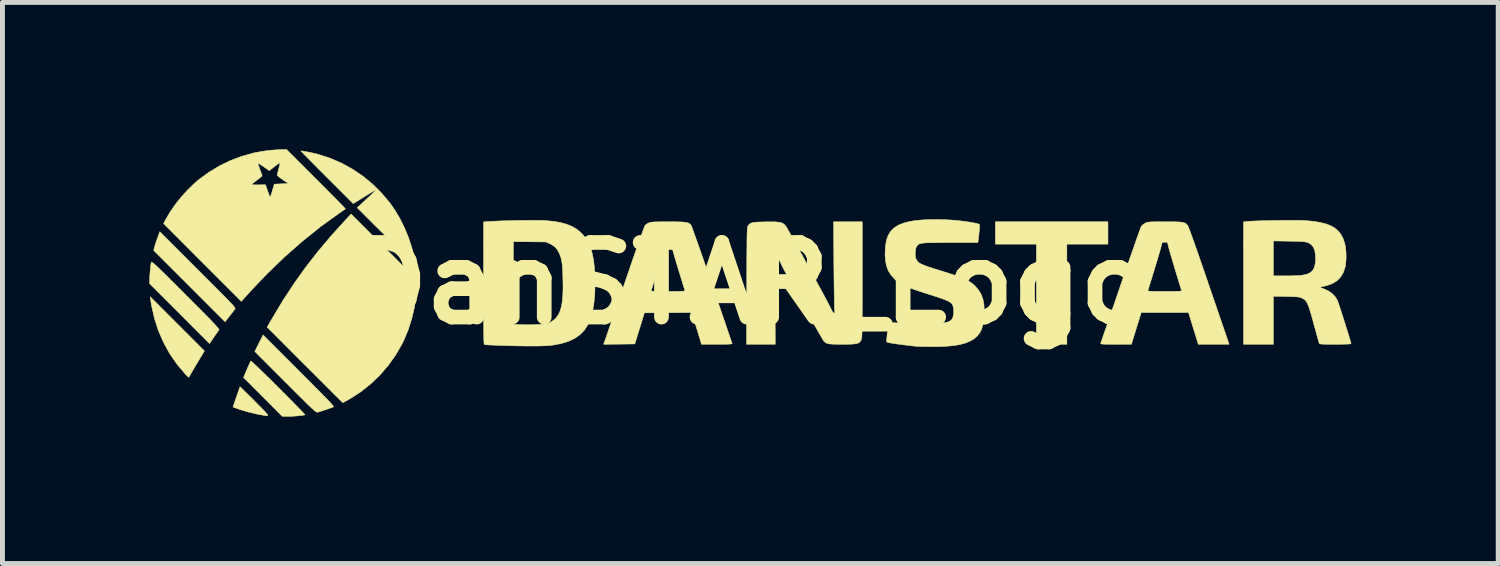
<source format=kicad_pcb>
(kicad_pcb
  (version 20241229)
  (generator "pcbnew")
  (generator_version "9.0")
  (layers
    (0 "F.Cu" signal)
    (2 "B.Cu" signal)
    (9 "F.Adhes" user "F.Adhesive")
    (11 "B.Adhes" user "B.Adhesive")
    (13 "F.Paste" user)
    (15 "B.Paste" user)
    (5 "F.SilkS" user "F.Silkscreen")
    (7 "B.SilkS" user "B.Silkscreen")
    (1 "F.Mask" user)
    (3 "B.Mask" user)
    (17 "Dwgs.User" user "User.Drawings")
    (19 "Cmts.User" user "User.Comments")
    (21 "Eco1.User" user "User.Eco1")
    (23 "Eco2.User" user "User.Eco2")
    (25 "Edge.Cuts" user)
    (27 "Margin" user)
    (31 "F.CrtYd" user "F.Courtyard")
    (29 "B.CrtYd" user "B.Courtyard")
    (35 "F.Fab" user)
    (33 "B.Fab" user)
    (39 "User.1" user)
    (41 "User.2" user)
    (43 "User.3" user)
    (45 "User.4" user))
  (footprint "DanSTAR_Logo"
    (layer "F.Cu")
    (at 12.273 2.736)
    (property "Reference" "DanSTAR_Logo" (at 0 0 0) (layer "F.SilkS") (effects (font (size 1.524 1.524) (thickness 0.3))))
    (attr exclude_from_pos_files exclude_from_bom)
    (fp_poly (pts (xy 7.303 -0.8) (xy 6.464 -0.8) (xy 6.464 1.245) (xy 5.842 1.245) (xy 5.842 -0.8) (xy 5.004 -0.8) (xy 5.004 -1.257) (xy 7.303 -1.257) (xy 7.303 -0.8)) (stroke (width 0.01) (type solid)) (fill yes) (layer "F.SilkS"))
    (fp_poly (pts (xy -11.702 0.827) (xy -11.148 1.381) (xy -11.281 1.602) (xy -11.324 1.673) (xy -11.363 1.739) (xy -11.396 1.796) (xy -11.422 1.841) (xy -11.437 1.869) (xy -11.438 1.871) (xy -11.454 1.9) (xy -11.466 1.916) (xy -11.469 1.918) (xy -11.481 1.909) (xy -11.506 1.886) (xy -11.538 1.853) (xy -11.548 1.842) (xy -11.715 1.643) (xy -11.861 1.431) (xy -11.985 1.204) (xy -12.089 0.965) (xy -12.17 0.714) (xy -12.229 0.451) (xy -12.248 0.33) (xy -12.256 0.273) (xy -11.702 0.827)) (stroke (width 0.01) (type solid)) (fill yes) (layer "F.SilkS"))
    (fp_poly (pts (xy -11.282 -0.277) (xy -11.146 -0.141) (xy -11.027 -0.022) (xy -10.924 0.081) (xy -10.835 0.17) (xy -10.76 0.246) (xy -10.698 0.309) (xy -10.647 0.362) (xy -10.606 0.405) (xy -10.575 0.438) (xy -10.552 0.465) (xy -10.536 0.485) (xy -10.527 0.499) (xy -10.522 0.51) (xy -10.521 0.517) (xy -10.523 0.523) (xy -10.526 0.528) (xy -10.542 0.549) (xy -10.57 0.585) (xy -10.605 0.63) (xy -10.637 0.671) (xy -10.727 0.785) (xy -12.184 -0.672) (xy -12.168 -0.739) (xy -12.156 -0.781) (xy -12.138 -0.837) (xy -12.117 -0.899) (xy -12.105 -0.931) (xy -12.06 -1.055) (xy -11.282 -0.277)) (stroke (width 0.01) (type solid)) (fill yes) (layer "F.SilkS"))
    (fp_poly (pts (xy -10.412 2.12) (xy -10.387 2.144) (xy -10.349 2.182) (xy -10.298 2.231) (xy -10.238 2.29) (xy -10.171 2.357) (xy -10.121 2.407) (xy -10.039 2.49) (xy -9.973 2.556) (xy -9.923 2.608) (xy -9.887 2.646) (xy -9.865 2.674) (xy -9.855 2.691) (xy -9.857 2.701) (xy -9.869 2.704) (xy -9.89 2.703) (xy -9.919 2.699) (xy -9.931 2.697) (xy -10.096 2.666) (xy -10.26 2.626) (xy -10.413 2.581) (xy -10.495 2.552) (xy -10.565 2.526) (xy -10.495 2.32) (xy -10.471 2.253) (xy -10.451 2.194) (xy -10.435 2.149) (xy -10.425 2.12) (xy -10.422 2.112) (xy -10.412 2.12)) (stroke (width 0.01) (type solid)) (fill yes) (layer "F.SilkS"))
    (fp_poly (pts (xy -10.191 1.593) (xy -10.164 1.616) (xy -10.122 1.655) (xy -10.068 1.706) (xy -10.001 1.77) (xy -9.925 1.845) (xy -9.839 1.928) (xy -9.747 2.019) (xy -9.65 2.116) (xy -9.64 2.127) (xy -9.542 2.225) (xy -9.45 2.317) (xy -9.365 2.403) (xy -9.289 2.48) (xy -9.224 2.547) (xy -9.17 2.602) (xy -9.129 2.645) (xy -9.103 2.673) (xy -9.094 2.684) (xy -9.094 2.684) (xy -9.111 2.69) (xy -9.147 2.696) (xy -9.198 2.702) (xy -9.258 2.708) (xy -9.322 2.713) (xy -9.383 2.716) (xy -9.436 2.718) (xy -9.443 2.718) (xy -9.557 2.718) (xy -10.349 1.924) (xy -10.281 1.76) (xy -10.255 1.7) (xy -10.232 1.648) (xy -10.214 1.609) (xy -10.203 1.588) (xy -10.201 1.586) (xy -10.191 1.593)) (stroke (width 0.01) (type solid)) (fill yes) (layer "F.SilkS"))
    (fp_poly (pts (xy -9.222 1.783) (xy -9.089 1.916) (xy -8.973 2.032) (xy -8.874 2.132) (xy -8.789 2.218) (xy -8.717 2.29) (xy -8.659 2.35) (xy -8.612 2.399) (xy -8.576 2.438) (xy -8.549 2.468) (xy -8.53 2.491) (xy -8.519 2.507) (xy -8.514 2.517) (xy -8.515 2.523) (xy -8.517 2.525) (xy -8.539 2.534) (xy -8.578 2.548) (xy -8.63 2.566) (xy -8.687 2.586) (xy -8.744 2.604) (xy -8.794 2.62) (xy -8.831 2.631) (xy -8.84 2.633) (xy -8.847 2.633) (xy -8.858 2.63) (xy -8.872 2.621) (xy -8.891 2.607) (xy -8.917 2.585) (xy -8.95 2.555) (xy -8.993 2.515) (xy -9.046 2.464) (xy -9.11 2.4) (xy -9.187 2.324) (xy -9.279 2.233) (xy -9.386 2.126) (xy -9.496 2.016) (xy -10.12 1.391) (xy -10.035 1.222) (xy -9.95 1.054) (xy -9.222 1.783)) (stroke (width 0.01) (type solid)) (fill yes) (layer "F.SilkS"))
    (fp_poly (pts (xy -6.82 -0.083) (xy -6.82 0.066) (xy -6.831 0.282) (xy -6.863 0.505) (xy -6.916 0.729) (xy -6.987 0.95) (xy -7.075 1.162) (xy -7.113 1.24) (xy -7.243 1.464) (xy -7.393 1.675) (xy -7.562 1.871) (xy -7.748 2.05) (xy -7.949 2.211) (xy -8.165 2.351) (xy -8.216 2.38) (xy -8.262 2.405) (xy -8.298 2.425) (xy -8.319 2.436) (xy -8.323 2.438) (xy -8.332 2.43) (xy -8.358 2.404) (xy -8.399 2.363) (xy -8.454 2.309) (xy -8.522 2.241) (xy -8.601 2.162) (xy -8.691 2.072) (xy -8.789 1.974) (xy -8.895 1.868) (xy -9.007 1.756) (xy -9.097 1.667) (xy -9.868 0.895) (xy -9.758 0.705) (xy -9.545 0.35) (xy -9.322 0.01) (xy -9.087 -0.32) (xy -8.836 -0.643) (xy -8.567 -0.963) (xy -8.275 -1.285) (xy -8.272 -1.289) (xy -8.153 -1.416) (xy -6.82 -0.083)) (stroke (width 0.01) (type solid)) (fill yes) (layer "F.SilkS"))
    (fp_poly (pts (xy -12.223 -0.433) (xy -12.212 -0.427) (xy -12.196 -0.415) (xy -12.173 -0.396) (xy -12.143 -0.369) (xy -12.103 -0.332) (xy -12.054 -0.284) (xy -11.993 -0.225) (xy -11.92 -0.153) (xy -11.834 -0.067) (xy -11.732 0.034) (xy -11.615 0.151) (xy -11.531 0.236) (xy -11.401 0.366) (xy -11.288 0.479) (xy -11.191 0.576) (xy -11.109 0.659) (xy -11.04 0.729) (xy -10.984 0.787) (xy -10.94 0.834) (xy -10.906 0.871) (xy -10.881 0.9) (xy -10.864 0.921) (xy -10.854 0.936) (xy -10.85 0.946) (xy -10.851 0.951) (xy -10.851 0.952) (xy -10.865 0.97) (xy -10.889 1.004) (xy -10.921 1.049) (xy -10.956 1.101) (xy -10.956 1.101) (xy -11.045 1.23) (xy -11.656 0.618) (xy -12.268 0.006) (xy -12.268 -0.07) (xy -12.266 -0.12) (xy -12.262 -0.185) (xy -12.256 -0.255) (xy -12.249 -0.324) (xy -12.242 -0.383) (xy -12.235 -0.424) (xy -12.233 -0.43) (xy -12.229 -0.434) (xy -12.223 -0.433)) (stroke (width 0.01) (type solid)) (fill yes) (layer "F.SilkS"))
    (fp_poly (pts (xy -9.127 -2.698) (xy -9.078 -2.69) (xy -9.02 -2.679) (xy -8.957 -2.666) (xy -8.895 -2.652) (xy -8.838 -2.638) (xy -8.83 -2.636) (xy -8.585 -2.557) (xy -8.348 -2.455) (xy -8.123 -2.331) (xy -7.91 -2.187) (xy -7.711 -2.023) (xy -7.528 -1.841) (xy -7.362 -1.643) (xy -7.261 -1.499) (xy -7.156 -1.323) (xy -7.062 -1.132) (xy -6.98 -0.934) (xy -6.915 -0.735) (xy -6.871 -0.552) (xy -6.86 -0.493) (xy -6.849 -0.441) (xy -6.842 -0.402) (xy -6.838 -0.384) (xy -6.835 -0.362) (xy -6.836 -0.356) (xy -6.845 -0.364) (xy -6.871 -0.39) (xy -6.911 -0.43) (xy -6.966 -0.484) (xy -7.032 -0.549) (xy -7.109 -0.626) (xy -7.194 -0.711) (xy -7.288 -0.805) (xy -7.387 -0.904) (xy -7.433 -0.95) (xy -8.028 -1.544) (xy -7.852 -1.708) (xy -7.796 -1.761) (xy -7.745 -1.808) (xy -7.703 -1.847) (xy -7.673 -1.875) (xy -7.659 -1.888) (xy -7.644 -1.903) (xy -7.651 -1.905) (xy -7.678 -1.891) (xy -7.726 -1.864) (xy -7.795 -1.823) (xy -7.885 -1.767) (xy -7.887 -1.766) (xy -8.109 -1.627) (xy -8.645 -2.162) (xy -8.741 -2.259) (xy -8.832 -2.349) (xy -8.915 -2.433) (xy -8.99 -2.509) (xy -9.054 -2.574) (xy -9.106 -2.627) (xy -9.145 -2.668) (xy -9.169 -2.693) (xy -9.177 -2.702) (xy -9.162 -2.703) (xy -9.127 -2.698)) (stroke (width 0.01) (type solid)) (fill yes) (layer "F.SilkS"))
    (fp_poly (pts (xy -8.865 -2.128) (xy -8.763 -2.025) (xy -8.666 -1.928) (xy -8.577 -1.838) (xy -8.496 -1.756) (xy -8.425 -1.684) (xy -8.366 -1.624) (xy -8.319 -1.575) (xy -8.287 -1.541) (xy -8.27 -1.523) (xy -8.268 -1.52) (xy -8.28 -1.512) (xy -8.309 -1.492) (xy -8.35 -1.463) (xy -8.4 -1.43) (xy -8.401 -1.429) (xy -8.777 -1.157) (xy -9.147 -0.86) (xy -9.51 -0.541) (xy -9.865 -0.199) (xy -10.213 0.166) (xy -10.358 0.327) (xy -10.395 0.369) (xy -11.189 -0.425) (xy -11.982 -1.219) (xy -11.939 -1.304) (xy -11.853 -1.451) (xy -11.749 -1.603) (xy -11.629 -1.754) (xy -11.499 -1.899) (xy -11.377 -2.018) (xy -10.185 -2.018) (xy -10.173 -2.014) (xy -10.141 -2.012) (xy -10.094 -2.011) (xy -10.044 -2.011) (xy -9.902 -2.013) (xy -9.856 -1.884) (xy -9.837 -1.832) (xy -9.821 -1.791) (xy -9.809 -1.766) (xy -9.804 -1.761) (xy -9.798 -1.775) (xy -9.787 -1.808) (xy -9.772 -1.855) (xy -9.76 -1.896) (xy -9.722 -2.026) (xy -9.577 -2.032) (xy -9.433 -2.038) (xy -9.544 -2.113) (xy -9.59 -2.146) (xy -9.628 -2.174) (xy -9.653 -2.195) (xy -9.66 -2.204) (xy -9.659 -2.222) (xy -9.652 -2.258) (xy -9.641 -2.307) (xy -9.632 -2.336) (xy -9.619 -2.387) (xy -9.609 -2.428) (xy -9.605 -2.454) (xy -9.606 -2.46) (xy -9.618 -2.455) (xy -9.645 -2.438) (xy -9.684 -2.41) (xy -9.718 -2.384) (xy -9.824 -2.301) (xy -9.941 -2.383) (xy -9.988 -2.415) (xy -10.025 -2.438) (xy -10.05 -2.452) (xy -10.058 -2.454) (xy -10.054 -2.437) (xy -10.043 -2.403) (xy -10.026 -2.356) (xy -10.014 -2.323) (xy -9.995 -2.272) (xy -9.98 -2.23) (xy -9.971 -2.203) (xy -9.97 -2.196) (xy -9.979 -2.185) (xy -10.005 -2.163) (xy -10.042 -2.133) (xy -10.077 -2.107) (xy -10.121 -2.073) (xy -10.156 -2.044) (xy -10.179 -2.024) (xy -10.185 -2.018) (xy -11.377 -2.018) (xy -11.363 -2.032) (xy -11.262 -2.119) (xy -11.061 -2.266) (xy -10.846 -2.396) (xy -10.62 -2.506) (xy -10.386 -2.595) (xy -10.15 -2.661) (xy -10.094 -2.672) (xy -9.937 -2.7) (xy -9.781 -2.719) (xy -9.636 -2.729) (xy -9.571 -2.731) (xy -9.468 -2.731) (xy -8.865 -2.128)) (stroke (width 0.01) (type solid)) (fill yes) (layer "F.SilkS"))
    (fp_poly (pts (xy -4.302 -1.286) (xy -4.23 -1.284) (xy -4.188 -1.282) (xy -4.023 -1.266) (xy -3.879 -1.242) (xy -3.754 -1.208) (xy -3.646 -1.164) (xy -3.55 -1.109) (xy -3.466 -1.041) (xy -3.447 -1.023) (xy -3.376 -0.942) (xy -3.317 -0.848) (xy -3.268 -0.741) (xy -3.23 -0.617) (xy -3.202 -0.476) (xy -3.183 -0.316) (xy -3.173 -0.135) (xy -3.171 0.013) (xy -3.176 0.207) (xy -3.191 0.379) (xy -3.215 0.533) (xy -3.249 0.669) (xy -3.293 0.79) (xy -3.325 0.857) (xy -3.392 0.96) (xy -3.479 1.049) (xy -3.584 1.123) (xy -3.71 1.183) (xy -3.856 1.228) (xy -4.022 1.261) (xy -4.092 1.269) (xy -4.154 1.274) (xy -4.238 1.277) (xy -4.341 1.28) (xy -4.46 1.28) (xy -4.593 1.28) (xy -4.735 1.278) (xy -4.884 1.275) (xy -5.037 1.27) (xy -5.118 1.268) (xy -5.203 1.264) (xy -5.28 1.261) (xy -5.345 1.258) (xy -5.395 1.255) (xy -5.425 1.252) (xy -5.432 1.251) (xy -5.435 1.245) (xy -5.438 1.229) (xy -5.44 1.202) (xy -5.442 1.161) (xy -5.443 1.107) (xy -5.444 1.037) (xy -5.446 0.951) (xy -5.446 0.847) (xy -5.447 0.837) (xy -4.839 0.837) (xy -4.747 0.842) (xy -4.667 0.845) (xy -4.578 0.847) (xy -4.487 0.846) (xy -4.397 0.843) (xy -4.313 0.839) (xy -4.239 0.834) (xy -4.182 0.828) (xy -4.145 0.821) (xy -4.054 0.779) (xy -3.978 0.719) (xy -3.919 0.639) (xy -3.885 0.565) (xy -3.864 0.495) (xy -3.848 0.419) (xy -3.836 0.332) (xy -3.829 0.231) (xy -3.825 0.113) (xy -3.826 -0.025) (xy -3.827 -0.07) (xy -3.83 -0.189) (xy -3.834 -0.287) (xy -3.84 -0.367) (xy -3.849 -0.434) (xy -3.86 -0.492) (xy -3.875 -0.544) (xy -3.894 -0.594) (xy -3.906 -0.621) (xy -3.946 -0.693) (xy -3.996 -0.748) (xy -4.064 -0.793) (xy -4.096 -0.809) (xy -4.172 -0.845) (xy -4.839 -0.852) (xy -4.839 0.837) (xy -5.447 0.837) (xy -5.447 0.724) (xy -5.448 0.581) (xy -5.448 0.416) (xy -5.448 0.228) (xy -5.448 0.017) (xy -5.448 -1.254) (xy -5.344 -1.263) (xy -5.275 -1.267) (xy -5.187 -1.271) (xy -5.085 -1.275) (xy -4.972 -1.278) (xy -4.853 -1.281) (xy -4.731 -1.284) (xy -4.611 -1.285) (xy -4.497 -1.286) (xy -4.393 -1.286) (xy -4.302 -1.286)) (stroke (width 0.01) (type solid)) (fill yes) (layer "F.SilkS"))
    (fp_poly (pts (xy 8.579 -1.257) (xy 8.669 -1.256) (xy 8.739 -1.254) (xy 8.792 -1.25) (xy 8.833 -1.244) (xy 8.864 -1.236) (xy 8.887 -1.225) (xy 8.906 -1.21) (xy 8.925 -1.191) (xy 8.925 -1.191) (xy 8.935 -1.174) (xy 8.952 -1.135) (xy 8.975 -1.074) (xy 9.006 -0.991) (xy 9.044 -0.885) (xy 9.09 -0.757) (xy 9.143 -0.606) (xy 9.203 -0.431) (xy 9.272 -0.232) (xy 9.304 -0.139) (xy 9.358 0.021) (xy 9.412 0.177) (xy 9.464 0.328) (xy 9.513 0.471) (xy 9.558 0.604) (xy 9.6 0.726) (xy 9.637 0.833) (xy 9.668 0.923) (xy 9.692 0.995) (xy 9.71 1.047) (xy 9.716 1.064) (xy 9.778 1.245) (xy 9.148 1.245) (xy 8.948 0.597) (xy 7.982 0.597) (xy 7.907 0.841) (xy 7.882 0.922) (xy 7.858 1) (xy 7.836 1.07) (xy 7.819 1.127) (xy 7.807 1.165) (xy 7.807 1.165) (xy 7.783 1.245) (xy 7.465 1.245) (xy 7.367 1.244) (xy 7.291 1.244) (xy 7.235 1.243) (xy 7.197 1.241) (xy 7.172 1.238) (xy 7.159 1.234) (xy 7.154 1.229) (xy 7.155 1.224) (xy 7.16 1.209) (xy 7.173 1.172) (xy 7.193 1.115) (xy 7.219 1.038) (xy 7.252 0.944) (xy 7.289 0.834) (xy 7.332 0.71) (xy 7.378 0.574) (xy 7.429 0.427) (xy 7.482 0.271) (xy 7.524 0.149) (xy 8.12 0.149) (xy 8.124 0.155) (xy 8.137 0.158) (xy 8.159 0.161) (xy 8.195 0.163) (xy 8.247 0.164) (xy 8.318 0.165) (xy 8.41 0.165) (xy 8.463 0.165) (xy 8.571 0.165) (xy 8.655 0.164) (xy 8.718 0.163) (xy 8.763 0.161) (xy 8.791 0.158) (xy 8.805 0.154) (xy 8.808 0.149) (xy 8.795 0.112) (xy 8.778 0.056) (xy 8.756 -0.016) (xy 8.73 -0.1) (xy 8.702 -0.191) (xy 8.674 -0.287) (xy 8.645 -0.382) (xy 8.618 -0.473) (xy 8.593 -0.557) (xy 8.572 -0.629) (xy 8.556 -0.685) (xy 8.546 -0.722) (xy 8.545 -0.727) (xy 8.518 -0.838) (xy 8.464 -0.838) (xy 8.411 -0.838) (xy 8.384 -0.733) (xy 8.372 -0.688) (xy 8.352 -0.619) (xy 8.325 -0.526) (xy 8.29 -0.411) (xy 8.249 -0.275) (xy 8.2 -0.116) (xy 8.145 0.063) (xy 8.12 0.143) (xy 8.12 0.149) (xy 7.524 0.149) (xy 7.538 0.108) (xy 7.563 0.033) (xy 7.62 -0.133) (xy 7.675 -0.293) (xy 7.728 -0.445) (xy 7.777 -0.587) (xy 7.823 -0.717) (xy 7.864 -0.834) (xy 7.9 -0.937) (xy 7.931 -1.023) (xy 7.955 -1.09) (xy 7.973 -1.138) (xy 7.984 -1.164) (xy 7.986 -1.168) (xy 8.011 -1.193) (xy 8.048 -1.22) (xy 8.065 -1.229) (xy 8.082 -1.237) (xy 8.1 -1.244) (xy 8.121 -1.249) (xy 8.149 -1.252) (xy 8.187 -1.255) (xy 8.238 -1.256) (xy 8.305 -1.257) (xy 8.393 -1.257) (xy 8.468 -1.257) (xy 8.579 -1.257)) (stroke (width 0.01) (type solid)) (fill yes) (layer "F.SilkS"))
    (fp_poly (pts (xy 11.174 -1.287) (xy 11.25 -1.285) (xy 11.307 -1.283) (xy 11.314 -1.283) (xy 11.482 -1.268) (xy 11.626 -1.246) (xy 11.75 -1.216) (xy 11.853 -1.176) (xy 11.94 -1.126) (xy 12.01 -1.065) (xy 12.066 -0.992) (xy 12.109 -0.905) (xy 12.142 -0.804) (xy 12.142 -0.803) (xy 12.156 -0.724) (xy 12.165 -0.63) (xy 12.167 -0.53) (xy 12.162 -0.434) (xy 12.151 -0.35) (xy 12.147 -0.331) (xy 12.11 -0.222) (xy 12.055 -0.129) (xy 11.981 -0.054) (xy 11.888 0.004) (xy 11.776 0.045) (xy 11.728 0.057) (xy 11.685 0.066) (xy 11.652 0.075) (xy 11.637 0.08) (xy 11.637 0.08) (xy 11.645 0.087) (xy 11.671 0.098) (xy 11.699 0.108) (xy 11.796 0.15) (xy 11.88 0.207) (xy 11.946 0.276) (xy 11.99 0.349) (xy 11.998 0.371) (xy 12.013 0.414) (xy 12.032 0.473) (xy 12.056 0.545) (xy 12.082 0.626) (xy 12.11 0.714) (xy 12.139 0.804) (xy 12.167 0.894) (xy 12.194 0.98) (xy 12.218 1.059) (xy 12.239 1.127) (xy 12.255 1.18) (xy 12.265 1.217) (xy 12.268 1.232) (xy 12.256 1.236) (xy 12.218 1.24) (xy 12.156 1.242) (xy 12.069 1.244) (xy 11.959 1.245) (xy 11.945 1.245) (xy 11.846 1.244) (xy 11.769 1.244) (xy 11.712 1.243) (xy 11.671 1.241) (xy 11.644 1.238) (xy 11.628 1.234) (xy 11.619 1.229) (xy 11.616 1.222) (xy 11.611 1.205) (xy 11.6 1.166) (xy 11.584 1.109) (xy 11.564 1.038) (xy 11.542 0.954) (xy 11.516 0.862) (xy 11.506 0.826) (xy 11.473 0.705) (xy 11.444 0.606) (xy 11.42 0.526) (xy 11.398 0.464) (xy 11.378 0.416) (xy 11.358 0.379) (xy 11.338 0.352) (xy 11.315 0.331) (xy 11.29 0.315) (xy 11.272 0.305) (xy 11.249 0.295) (xy 11.227 0.287) (xy 11.202 0.281) (xy 11.168 0.277) (xy 11.123 0.274) (xy 11.062 0.272) (xy 10.982 0.27) (xy 10.945 0.269) (xy 10.681 0.264) (xy 10.681 1.245) (xy 10.071 1.245) (xy 10.071 -0.152) (xy 10.681 -0.152) (xy 10.932 -0.153) (xy 11.016 -0.153) (xy 11.098 -0.155) (xy 11.172 -0.158) (xy 11.232 -0.162) (xy 11.271 -0.166) (xy 11.362 -0.185) (xy 11.431 -0.216) (xy 11.482 -0.26) (xy 11.516 -0.321) (xy 11.536 -0.401) (xy 11.542 -0.469) (xy 11.541 -0.578) (xy 11.527 -0.667) (xy 11.499 -0.737) (xy 11.456 -0.79) (xy 11.398 -0.827) (xy 11.382 -0.833) (xy 11.359 -0.84) (xy 11.331 -0.846) (xy 11.294 -0.85) (xy 11.244 -0.854) (xy 11.18 -0.857) (xy 11.096 -0.859) (xy 11.001 -0.861) (xy 10.681 -0.866) (xy 10.681 -0.152) (xy 10.071 -0.152) (xy 10.071 -1.254) (xy 10.135 -1.262) (xy 10.177 -1.266) (xy 10.24 -1.27) (xy 10.321 -1.274) (xy 10.417 -1.277) (xy 10.523 -1.28) (xy 10.636 -1.282) (xy 10.753 -1.284) (xy 10.868 -1.286) (xy 10.979 -1.287) (xy 11.083 -1.287) (xy 11.174 -1.287)) (stroke (width 0.01) (type solid)) (fill yes) (layer "F.SilkS"))
    (fp_poly (pts (xy -1.564 -1.257) (xy -1.471 -1.255) (xy -1.397 -1.253) (xy -1.34 -1.248) (xy -1.297 -1.241) (xy -1.265 -1.231) (xy -1.241 -1.218) (xy -1.222 -1.201) (xy -1.208 -1.183) (xy -1.201 -1.166) (xy -1.186 -1.127) (xy -1.164 -1.068) (xy -1.136 -0.989) (xy -1.102 -0.893) (xy -1.062 -0.782) (xy -1.018 -0.656) (xy -0.97 -0.519) (xy -0.919 -0.37) (xy -0.865 -0.213) (xy -0.809 -0.049) (xy -0.781 0.032) (xy -0.724 0.198) (xy -0.669 0.358) (xy -0.617 0.51) (xy -0.569 0.652) (xy -0.524 0.782) (xy -0.485 0.898) (xy -0.45 1) (xy -0.421 1.085) (xy -0.398 1.152) (xy -0.382 1.199) (xy -0.373 1.225) (xy -0.371 1.229) (xy -0.375 1.234) (xy -0.391 1.238) (xy -0.421 1.241) (xy -0.469 1.243) (xy -0.536 1.244) (xy -0.625 1.244) (xy -0.681 1.244) (xy -0.997 1.244) (xy -1.052 1.063) (xy -1.076 0.983) (xy -1.103 0.897) (xy -1.128 0.813) (xy -1.15 0.744) (xy -1.151 0.74) (xy -1.195 0.597) (xy -1.679 0.6) (xy -2.163 0.603) (xy -2.359 1.238) (xy -2.678 1.242) (xy -2.997 1.245) (xy -2.966 1.159) (xy -2.957 1.135) (xy -2.941 1.088) (xy -2.918 1.021) (xy -2.889 0.935) (xy -2.854 0.833) (xy -2.813 0.716) (xy -2.769 0.586) (xy -2.721 0.445) (xy -2.669 0.295) (xy -2.619 0.149) (xy -2.025 0.149) (xy -2.022 0.154) (xy -2.006 0.158) (xy -1.976 0.161) (xy -1.93 0.163) (xy -1.864 0.164) (xy -1.777 0.165) (xy -1.681 0.165) (xy -1.578 0.165) (xy -1.497 0.165) (xy -1.437 0.164) (xy -1.393 0.162) (xy -1.364 0.16) (xy -1.347 0.157) (xy -1.339 0.152) (xy -1.338 0.146) (xy -1.338 0.143) (xy -1.344 0.125) (xy -1.355 0.087) (xy -1.373 0.031) (xy -1.394 -0.04) (xy -1.419 -0.121) (xy -1.446 -0.209) (xy -1.448 -0.216) (xy -1.484 -0.334) (xy -1.514 -0.432) (xy -1.538 -0.515) (xy -1.559 -0.586) (xy -1.577 -0.651) (xy -1.594 -0.713) (xy -1.611 -0.777) (xy -1.613 -0.784) (xy -1.623 -0.818) (xy -1.636 -0.833) (xy -1.66 -0.838) (xy -1.681 -0.838) (xy -1.735 -0.838) (xy -1.758 -0.742) (xy -1.766 -0.713) (xy -1.78 -0.663) (xy -1.799 -0.597) (xy -1.822 -0.518) (xy -1.848 -0.43) (xy -1.876 -0.336) (xy -1.905 -0.241) (xy -1.933 -0.148) (xy -1.959 -0.061) (xy -1.983 0.017) (xy -2.003 0.08) (xy -2.018 0.127) (xy -2.025 0.149) (xy -2.619 0.149) (xy -2.615 0.137) (xy -2.559 -0.026) (xy -2.553 -0.044) (xy -2.497 -0.206) (xy -2.444 -0.362) (xy -2.393 -0.509) (xy -2.345 -0.647) (xy -2.301 -0.772) (xy -2.261 -0.885) (xy -2.226 -0.982) (xy -2.197 -1.062) (xy -2.174 -1.124) (xy -2.158 -1.165) (xy -2.15 -1.184) (xy -2.149 -1.185) (xy -2.124 -1.206) (xy -2.087 -1.228) (xy -2.076 -1.233) (xy -2.059 -1.24) (xy -2.038 -1.246) (xy -2.011 -1.25) (xy -1.975 -1.253) (xy -1.926 -1.255) (xy -1.861 -1.256) (xy -1.777 -1.257) (xy -1.68 -1.257) (xy -1.564 -1.257)) (stroke (width 0.01) (type solid)) (fill yes) (layer "F.SilkS"))
    (fp_poly (pts (xy 2.286 -0.073) (xy 2.286 0.128) (xy 2.286 0.305) (xy 2.286 0.46) (xy 2.285 0.594) (xy 2.285 0.709) (xy 2.284 0.806) (xy 2.283 0.888) (xy 2.282 0.955) (xy 2.281 1.009) (xy 2.279 1.052) (xy 2.277 1.085) (xy 2.275 1.11) (xy 2.272 1.128) (xy 2.269 1.142) (xy 2.266 1.152) (xy 2.264 1.156) (xy 2.249 1.182) (xy 2.231 1.203) (xy 2.207 1.219) (xy 2.174 1.23) (xy 2.13 1.237) (xy 2.069 1.242) (xy 1.99 1.244) (xy 1.89 1.245) (xy 1.876 1.245) (xy 1.778 1.244) (xy 1.703 1.243) (xy 1.645 1.24) (xy 1.602 1.235) (xy 1.569 1.227) (xy 1.544 1.215) (xy 1.523 1.199) (xy 1.501 1.178) (xy 1.497 1.173) (xy 1.485 1.156) (xy 1.463 1.12) (xy 1.432 1.065) (xy 1.391 0.996) (xy 1.344 0.912) (xy 1.291 0.818) (xy 1.233 0.715) (xy 1.172 0.605) (xy 1.109 0.492) (xy 1.044 0.376) (xy 0.981 0.26) (xy 0.918 0.147) (xy 0.859 0.038) (xy 0.803 -0.063) (xy 0.753 -0.156) (xy 0.71 -0.237) (xy 0.675 -0.304) (xy 0.648 -0.355) (xy 0.645 -0.362) (xy 0.616 -0.422) (xy 0.588 -0.484) (xy 0.565 -0.538) (xy 0.559 -0.556) (xy 0.54 -0.601) (xy 0.525 -0.626) (xy 0.508 -0.635) (xy 0.505 -0.635) (xy 0.487 -0.63) (xy 0.491 -0.613) (xy 0.491 -0.613) (xy 0.492 -0.597) (xy 0.494 -0.557) (xy 0.496 -0.497) (xy 0.498 -0.417) (xy 0.5 -0.32) (xy 0.501 -0.208) (xy 0.503 -0.082) (xy 0.504 0.054) (xy 0.505 0.198) (xy 0.505 0.327) (xy 0.509 1.245) (xy -0.077 1.245) (xy -0.073 0.052) (xy -0.073 -0.149) (xy -0.072 -0.326) (xy -0.072 -0.481) (xy -0.071 -0.615) (xy -0.07 -0.729) (xy -0.069 -0.826) (xy -0.069 -0.908) (xy -0.067 -0.974) (xy -0.066 -1.028) (xy -0.064 -1.07) (xy -0.062 -1.103) (xy -0.06 -1.127) (xy -0.057 -1.144) (xy -0.054 -1.157) (xy -0.051 -1.166) (xy -0.047 -1.173) (xy -0.043 -1.177) (xy -0.025 -1.2) (xy -0.005 -1.218) (xy 0.02 -1.231) (xy 0.053 -1.24) (xy 0.099 -1.247) (xy 0.159 -1.251) (xy 0.239 -1.253) (xy 0.32 -1.255) (xy 0.424 -1.256) (xy 0.506 -1.255) (xy 0.569 -1.25) (xy 0.618 -1.242) (xy 0.655 -1.229) (xy 0.684 -1.211) (xy 0.709 -1.186) (xy 0.733 -1.154) (xy 0.733 -1.154) (xy 0.748 -1.13) (xy 0.773 -1.087) (xy 0.808 -1.025) (xy 0.851 -0.948) (xy 0.901 -0.858) (xy 0.957 -0.758) (xy 1.018 -0.648) (xy 1.081 -0.533) (xy 1.147 -0.413) (xy 1.213 -0.292) (xy 1.279 -0.171) (xy 1.342 -0.054) (xy 1.403 0.059) (xy 1.46 0.163) (xy 1.511 0.258) (xy 1.555 0.341) (xy 1.59 0.409) (xy 1.617 0.46) (xy 1.633 0.492) (xy 1.633 0.492) (xy 1.664 0.555) (xy 1.689 0.594) (xy 1.706 0.609) (xy 1.709 0.61) (xy 1.722 0.606) (xy 1.725 0.589) (xy 1.721 0.556) (xy 1.72 0.534) (xy 1.718 0.489) (xy 1.717 0.423) (xy 1.715 0.339) (xy 1.713 0.238) (xy 1.712 0.122) (xy 1.71 -0.005) (xy 1.708 -0.142) (xy 1.707 -0.288) (xy 1.706 -0.378) (xy 1.7 -1.257) (xy 2.286 -1.257) (xy 2.286 -0.073)) (stroke (width 0.01) (type solid)) (fill yes) (layer "F.SilkS"))
    (fp_poly (pts (xy 3.968 -1.3) (xy 4.13 -1.291) (xy 4.28 -1.277) (xy 4.361 -1.266) (xy 4.441 -1.255) (xy 4.516 -1.243) (xy 4.581 -1.231) (xy 4.633 -1.22) (xy 4.665 -1.21) (xy 4.672 -1.207) (xy 4.68 -1.198) (xy 4.683 -1.179) (xy 4.682 -1.145) (xy 4.678 -1.093) (xy 4.674 -1.059) (xy 4.668 -0.997) (xy 4.661 -0.94) (xy 4.656 -0.896) (xy 4.653 -0.876) (xy 4.647 -0.832) (xy 4.086 -0.832) (xy 3.942 -0.832) (xy 3.822 -0.831) (xy 3.723 -0.83) (xy 3.643 -0.829) (xy 3.578 -0.826) (xy 3.528 -0.822) (xy 3.49 -0.816) (xy 3.461 -0.808) (xy 3.44 -0.799) (xy 3.424 -0.787) (xy 3.41 -0.773) (xy 3.4 -0.76) (xy 3.383 -0.727) (xy 3.373 -0.679) (xy 3.369 -0.633) (xy 3.367 -0.579) (xy 3.371 -0.541) (xy 3.381 -0.507) (xy 3.393 -0.483) (xy 3.407 -0.459) (xy 3.424 -0.439) (xy 3.447 -0.419) (xy 3.479 -0.4) (xy 3.521 -0.38) (xy 3.577 -0.358) (xy 3.648 -0.333) (xy 3.738 -0.303) (xy 3.848 -0.269) (xy 3.918 -0.247) (xy 4.056 -0.204) (xy 4.173 -0.165) (xy 4.27 -0.131) (xy 4.351 -0.098) (xy 4.419 -0.067) (xy 4.475 -0.035) (xy 4.523 -0.003) (xy 4.566 0.033) (xy 4.589 0.054) (xy 4.66 0.136) (xy 4.713 0.224) (xy 4.75 0.323) (xy 4.771 0.436) (xy 4.778 0.568) (xy 4.778 0.591) (xy 4.771 0.722) (xy 4.752 0.839) (xy 4.722 0.939) (xy 4.694 0.997) (xy 4.642 1.068) (xy 4.575 1.129) (xy 4.491 1.179) (xy 4.391 1.22) (xy 4.272 1.252) (xy 4.133 1.274) (xy 3.972 1.288) (xy 3.79 1.293) (xy 3.706 1.293) (xy 3.625 1.292) (xy 3.548 1.291) (xy 3.48 1.289) (xy 3.428 1.288) (xy 3.397 1.286) (xy 3.353 1.283) (xy 3.29 1.276) (xy 3.214 1.267) (xy 3.132 1.256) (xy 3.049 1.246) (xy 2.972 1.235) (xy 2.907 1.226) (xy 2.861 1.218) (xy 2.814 1.208) (xy 2.789 1.197) (xy 2.782 1.184) (xy 2.782 1.183) (xy 2.783 1.159) (xy 2.787 1.118) (xy 2.792 1.066) (xy 2.798 1.007) (xy 2.804 0.947) (xy 2.81 0.891) (xy 2.816 0.846) (xy 2.82 0.816) (xy 2.822 0.806) (xy 2.835 0.806) (xy 2.871 0.806) (xy 2.926 0.806) (xy 2.999 0.807) (xy 3.086 0.809) (xy 3.185 0.811) (xy 3.292 0.813) (xy 3.315 0.814) (xy 3.475 0.817) (xy 3.611 0.819) (xy 3.727 0.819) (xy 3.823 0.816) (xy 3.902 0.812) (xy 3.965 0.805) (xy 4.015 0.795) (xy 4.054 0.782) (xy 4.084 0.765) (xy 4.107 0.745) (xy 4.124 0.722) (xy 4.13 0.711) (xy 4.144 0.666) (xy 4.152 0.606) (xy 4.152 0.541) (xy 4.144 0.482) (xy 4.135 0.451) (xy 4.123 0.428) (xy 4.106 0.407) (xy 4.081 0.387) (xy 4.047 0.367) (xy 4 0.345) (xy 3.938 0.321) (xy 3.86 0.293) (xy 3.762 0.261) (xy 3.642 0.223) (xy 3.635 0.221) (xy 3.494 0.176) (xy 3.375 0.136) (xy 3.274 0.1) (xy 3.191 0.066) (xy 3.122 0.035) (xy 3.064 0.003) (xy 3.015 -0.029) (xy 2.972 -0.063) (xy 2.939 -0.095) (xy 2.87 -0.173) (xy 2.818 -0.257) (xy 2.783 -0.349) (xy 2.761 -0.455) (xy 2.752 -0.578) (xy 2.752 -0.616) (xy 2.759 -0.757) (xy 2.779 -0.877) (xy 2.814 -0.979) (xy 2.866 -1.063) (xy 2.935 -1.132) (xy 3.023 -1.188) (xy 3.132 -1.231) (xy 3.254 -1.263) (xy 3.368 -1.281) (xy 3.501 -1.294) (xy 3.648 -1.301) (xy 3.806 -1.303) (xy 3.968 -1.3)) (stroke (width 0.01) (type solid)) (fill yes) (layer "F.SilkS")))
  (gr_rect
    (start -3 -3)
    (end 27.546 8.458)
    (stroke (width 0.1) (type default))
    (fill no)
    (layer "Edge.Cuts")))
</source>
